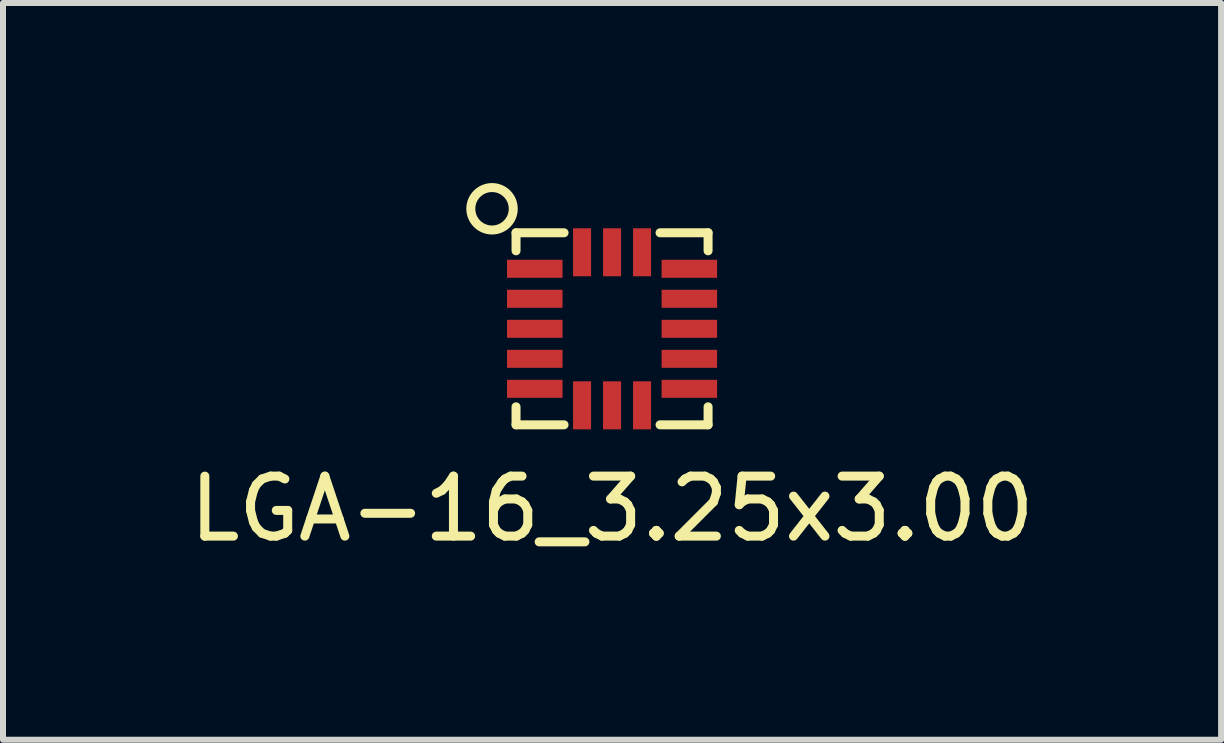
<source format=kicad_pcb>
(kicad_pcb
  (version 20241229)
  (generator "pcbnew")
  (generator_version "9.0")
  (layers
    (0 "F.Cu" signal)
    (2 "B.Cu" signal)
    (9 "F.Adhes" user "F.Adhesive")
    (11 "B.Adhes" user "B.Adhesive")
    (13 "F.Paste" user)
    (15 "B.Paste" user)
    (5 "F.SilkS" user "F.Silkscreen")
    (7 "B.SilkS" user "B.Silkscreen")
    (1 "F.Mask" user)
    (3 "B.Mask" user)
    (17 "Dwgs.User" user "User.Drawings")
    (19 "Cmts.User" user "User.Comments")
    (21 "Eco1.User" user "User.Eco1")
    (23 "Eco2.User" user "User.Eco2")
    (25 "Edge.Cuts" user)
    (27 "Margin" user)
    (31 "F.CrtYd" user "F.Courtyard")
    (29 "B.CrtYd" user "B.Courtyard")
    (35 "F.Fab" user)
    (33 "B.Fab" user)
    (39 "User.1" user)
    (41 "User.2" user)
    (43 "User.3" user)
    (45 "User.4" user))
  (footprint "LGA-16_3.25x3.00"
    (layer "F.Cu")
    (at 7.149 2.429)
    (property "Reference" "LGA-16_3.25x3.00" (at 0 3 0) (layer "F.SilkS") (effects (font (size 1 1) (thickness 0.15))))
    (attr through_hole)
    (fp_line (start -1.6 -1.6) (end -0.8 -1.6) (stroke (width 0.15) (type solid)) (layer "F.SilkS"))
    (fp_line (start -1.6 -1.3) (end -1.6 -1.6) (stroke (width 0.15) (type solid)) (layer "F.SilkS"))
    (fp_line (start -1.6 1.3) (end -1.6 1.6) (stroke (width 0.15) (type solid)) (layer "F.SilkS"))
    (fp_line (start -1.6 1.6) (end -0.8 1.6) (stroke (width 0.15) (type solid)) (layer "F.SilkS"))
    (fp_line (start 0.8 -1.6) (end 1.6 -1.6) (stroke (width 0.15) (type solid)) (layer "F.SilkS"))
    (fp_line (start 1.6 -1.6) (end 1.6 -1.3) (stroke (width 0.15) (type solid)) (layer "F.SilkS"))
    (fp_line (start 1.6 1.3) (end 1.6 1.6) (stroke (width 0.15) (type solid)) (layer "F.SilkS"))
    (fp_line (start 1.6 1.6) (end 0.8 1.6) (stroke (width 0.15) (type solid)) (layer "F.SilkS"))
    (fp_circle (center -2 -2) (end -1.75 -1.75) (stroke (width 0.15) (type solid)) (fill no) (layer "F.SilkS"))
    (pad "1" smd rect (at -1.288 -1) (size 0.925 0.3) (layers "F.Cu" "F.Mask" "F.Paste"))
    (pad "2" smd rect (at -1.288 -0.5) (size 0.925 0.3) (layers "F.Cu" "F.Mask" "F.Paste"))
    (pad "3" smd rect (at -1.288 0) (size 0.925 0.3) (layers "F.Cu" "F.Mask" "F.Paste"))
    (pad "4" smd rect (at -1.288 0.5) (size 0.925 0.3) (layers "F.Cu" "F.Mask" "F.Paste"))
    (pad "5" smd rect (at -1.288 1) (size 0.925 0.3) (layers "F.Cu" "F.Mask" "F.Paste"))
    (pad "6" smd rect (at -0.5 1.275) (size 0.3 0.8) (layers "F.Cu" "F.Mask" "F.Paste"))
    (pad "7" smd rect (at 0 1.275) (size 0.3 0.8) (layers "F.Cu" "F.Mask" "F.Paste"))
    (pad "8" smd rect (at 0.5 1.275) (size 0.3 0.8) (layers "F.Cu" "F.Mask" "F.Paste"))
    (pad "9" smd rect (at 1.288 1) (size 0.925 0.3) (layers "F.Cu" "F.Mask" "F.Paste"))
    (pad "10" smd rect (at 1.288 0.5) (size 0.925 0.3) (layers "F.Cu" "F.Mask" "F.Paste"))
    (pad "11" smd rect (at 1.288 0) (size 0.925 0.3) (layers "F.Cu" "F.Mask" "F.Paste"))
    (pad "12" smd rect (at 1.288 -0.5) (size 0.925 0.3) (layers "F.Cu" "F.Mask" "F.Paste"))
    (pad "13" smd rect (at 1.288 -1) (size 0.925 0.3) (layers "F.Cu" "F.Mask" "F.Paste"))
    (pad "14" smd rect (at 0.5 -1.275) (size 0.3 0.8) (layers "F.Cu" "F.Mask" "F.Paste"))
    (pad "15" smd rect (at 0 -1.275) (size 0.3 0.8) (layers "F.Cu" "F.Mask" "F.Paste"))
    (pad "16" smd rect (at -0.5 -1.275) (size 0.3 0.8) (layers "F.Cu" "F.Mask" "F.Paste")))
  (gr_rect
    (start -3 -3)
    (end 17.298 9.277)
    (stroke (width 0.1) (type default))
    (fill no)
    (layer "Edge.Cuts")))
</source>
